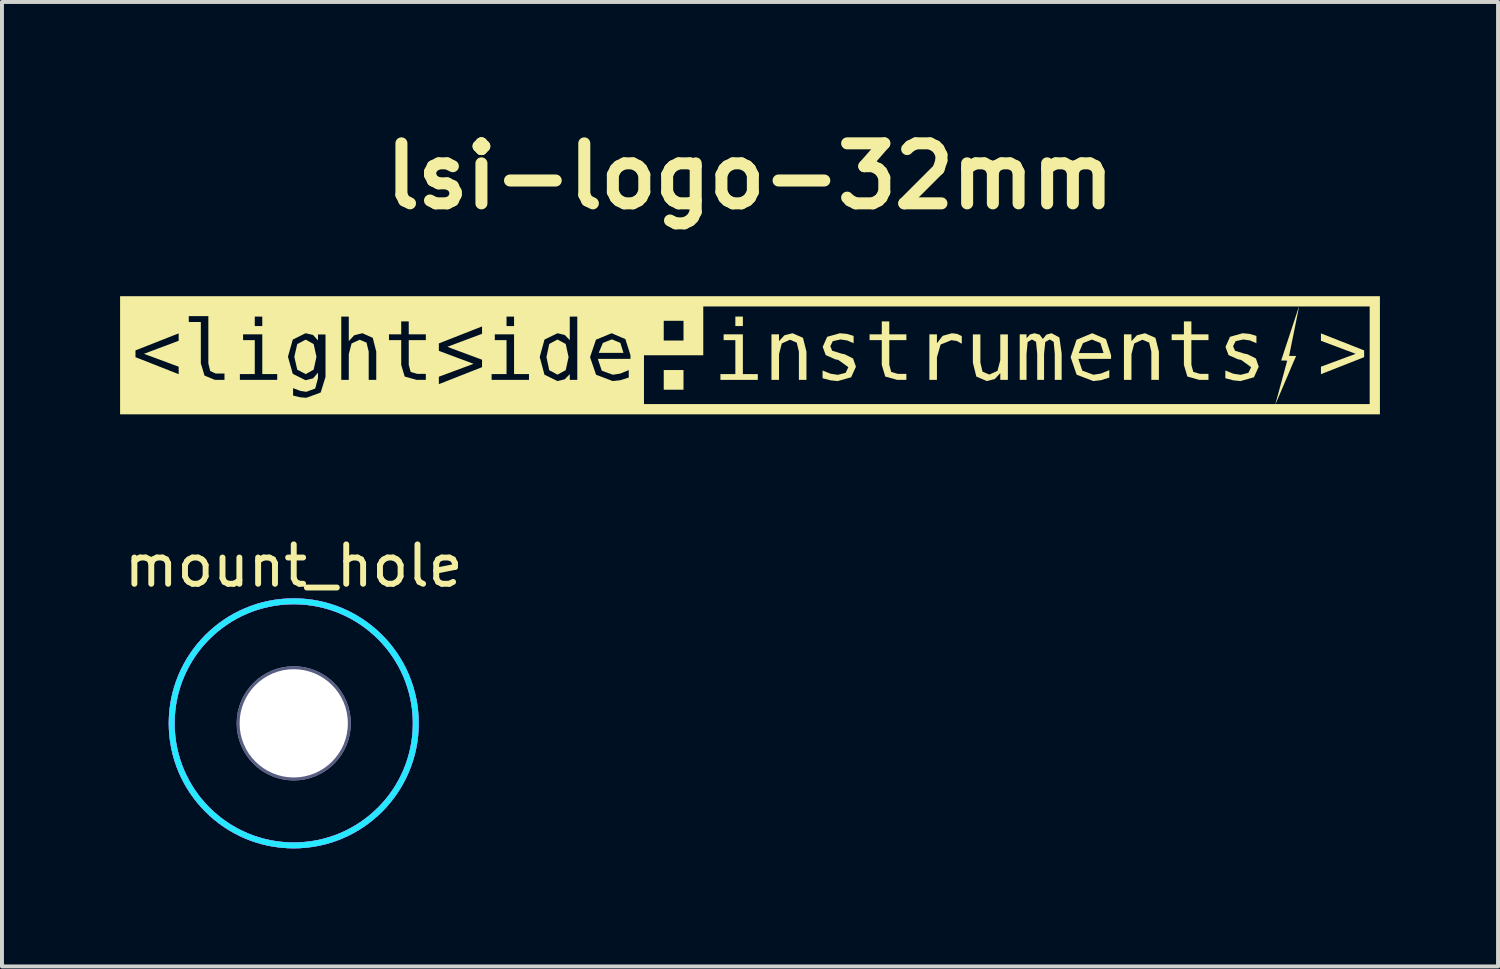
<source format=kicad_pcb>
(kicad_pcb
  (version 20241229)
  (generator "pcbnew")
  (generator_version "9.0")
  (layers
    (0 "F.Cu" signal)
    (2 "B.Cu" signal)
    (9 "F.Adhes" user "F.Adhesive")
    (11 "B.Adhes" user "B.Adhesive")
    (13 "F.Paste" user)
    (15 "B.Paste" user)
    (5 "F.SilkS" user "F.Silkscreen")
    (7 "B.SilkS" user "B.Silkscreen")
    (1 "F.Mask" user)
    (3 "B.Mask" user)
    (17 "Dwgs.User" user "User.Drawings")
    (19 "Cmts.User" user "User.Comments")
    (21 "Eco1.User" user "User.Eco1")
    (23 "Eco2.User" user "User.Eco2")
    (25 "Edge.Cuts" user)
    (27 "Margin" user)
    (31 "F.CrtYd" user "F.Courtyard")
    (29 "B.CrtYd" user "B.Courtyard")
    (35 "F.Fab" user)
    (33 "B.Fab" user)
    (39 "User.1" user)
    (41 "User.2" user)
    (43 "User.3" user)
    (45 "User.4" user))
  (footprint "lsi-logo-32mm"
    (layer "F.Cu")
    (at 16 7.07)
    (property "Reference" "lsi-logo-32mm" (at 0 -5.644 0) (layer "F.SilkS") (effects (font (size 1.524 1.524) (thickness 0.305))))
    (attr smd)
    (fp_poly (pts (xy -2.191 -0.721) (xy -2.191 -0.221) (xy -1.689 -0.221) (xy -1.689 -0.721) (xy -2.191 -0.721)) (stroke (width 0) (type solid)) (fill yes) (layer "F.SilkS"))
    (fp_poly (pts (xy -0.372 -2.079) (xy -0.372 -1.838) (xy -0.181 -1.838) (xy -0.181 -2.079) (xy -0.372 -2.079)) (stroke (width 0) (type solid)) (fill yes) (layer "F.SilkS"))
    (fp_poly (pts (xy -3.51 -1.5) (xy -3.737 -1.409) (xy -3.843 -1.157) (xy -3.214 -1.158) (xy -3.294 -1.412) (xy -3.51 -1.5) (xy -3.51 -1.5)) (stroke (width 0) (type solid)) (fill yes) (layer "F.SilkS"))
    (fp_poly (pts (xy 14.502 -1.652) (xy 14.502 -1.464) (xy 15.384 -1.133) (xy 14.502 -0.806) (xy 14.502 -0.616) (xy 15.599 -1.048) (xy 15.599 -1.22) (xy 14.502 -1.652)) (stroke (width 0) (type solid)) (fill yes) (layer "F.SilkS"))
    (fp_poly (pts (xy -11.286 -1.493) (xy -11.5 -1.381) (xy -11.574 -1.057) (xy -11.5 -0.73) (xy -11.284 -0.618) (xy -11.083 -0.731) (xy -11.012 -1.057) (xy -11.083 -1.381) (xy -11.286 -1.493)) (stroke (width 0) (type solid)) (fill yes) (layer "F.SilkS"))
    (fp_poly (pts (xy -4.891 -1.496) (xy -5.099 -1.384) (xy -5.17 -1.05) (xy -5.099 -0.716) (xy -4.891 -0.604) (xy -4.681 -0.717) (xy -4.608 -1.05) (xy -4.681 -1.383) (xy -4.891 -1.496)) (stroke (width 0) (type solid)) (fill yes) (layer "F.SilkS"))
    (fp_poly (pts (xy -0.67 -1.628) (xy -0.67 -1.48) (xy -0.372 -1.48) (xy -0.372 -0.618) (xy -0.751 -0.618) (xy -0.751 -0.471) (xy 0.198 -0.471) (xy 0.198 -0.618) (xy -0.181 -0.618) (xy -0.181 -1.628) (xy -0.67 -1.628)) (stroke (width 0) (type solid)) (fill yes) (layer "F.SilkS"))
    (fp_poly (pts (xy 5.13 -1.656) (xy 4.894 -1.59) (xy 4.748 -1.402) (xy 4.748 -1.628) (xy 4.556 -1.628) (xy 4.556 -0.471) (xy 4.748 -0.471) (xy 4.748 -1.046) (xy 4.842 -1.369) (xy 5.115 -1.48) (xy 5.254 -1.459) (xy 5.379 -1.389) (xy 5.379 -1.584) (xy 5.261 -1.639) (xy 5.13 -1.656)) (stroke (width 0) (type solid)) (fill yes) (layer "F.SilkS"))
    (fp_poly (pts (xy 1.081 -1.656) (xy 0.875 -1.604) (xy 0.737 -1.455) (xy 0.737 -1.628) (xy 0.545 -1.628) (xy 0.545 -0.471) (xy 0.737 -0.471) (xy 0.737 -1.125) (xy 0.808 -1.396) (xy 1.015 -1.491) (xy 1.187 -1.417) (xy 1.242 -1.188) (xy 1.242 -0.471) (xy 1.434 -0.471) (xy 1.434 -1.188) (xy 1.346 -1.539) (xy 1.081 -1.656)) (stroke (width 0) (type solid)) (fill yes) (layer "F.SilkS"))
    (fp_poly (pts (xy 5.661 -1.626) (xy 5.661 -0.909) (xy 5.748 -0.556) (xy 6.014 -0.441) (xy 6.218 -0.492) (xy 6.357 -0.644) (xy 6.357 -0.471) (xy 6.55 -0.471) (xy 6.55 -1.626) (xy 6.357 -1.626) (xy 6.357 -0.972) (xy 6.286 -0.7) (xy 6.079 -0.606) (xy 5.907 -0.679) (xy 5.852 -0.909) (xy 5.852 -1.626) (xy 5.661 -1.626)) (stroke (width 0) (type solid)) (fill yes) (layer "F.SilkS"))
    (fp_poly (pts (xy 10.033 -1.656) (xy 9.827 -1.604) (xy 9.689 -1.455) (xy 9.689 -1.628) (xy 9.498 -1.628) (xy 9.498 -0.471) (xy 9.689 -0.471) (xy 9.689 -1.125) (xy 9.76 -1.396) (xy 9.967 -1.491) (xy 10.139 -1.417) (xy 10.194 -1.188) (xy 10.194 -0.471) (xy 10.386 -0.471) (xy 10.386 -1.188) (xy 10.298 -1.539) (xy 10.033 -1.656)) (stroke (width 0) (type solid)) (fill yes) (layer "F.SilkS"))
    (fp_poly (pts (xy 3.347 -1.957) (xy 3.347 -1.628) (xy 3.037 -1.628) (xy 3.037 -1.48) (xy 3.347 -1.48) (xy 3.347 -0.852) (xy 3.435 -0.556) (xy 3.739 -0.471) (xy 3.972 -0.471) (xy 3.972 -0.623) (xy 3.757 -0.623) (xy 3.587 -0.673) (xy 3.538 -0.852) (xy 3.538 -1.48) (xy 3.972 -1.48) (xy 3.972 -1.628) (xy 3.538 -1.628) (xy 3.538 -1.957) (xy 3.347 -1.957)) (stroke (width 0) (type solid)) (fill yes) (layer "F.SilkS"))
    (fp_poly (pts (xy 11.021 -1.957) (xy 11.021 -1.628) (xy 10.71 -1.628) (xy 10.71 -1.48) (xy 11.021 -1.48) (xy 11.021 -0.852) (xy 11.109 -0.556) (xy 11.412 -0.471) (xy 11.645 -0.471) (xy 11.645 -0.623) (xy 11.431 -0.623) (xy 11.26 -0.673) (xy 11.211 -0.852) (xy 11.211 -1.48) (xy 11.645 -1.48) (xy 11.645 -1.628) (xy 11.211 -1.628) (xy 11.211 -1.957) (xy 11.021 -1.957)) (stroke (width 0) (type solid)) (fill yes) (layer "F.SilkS"))
    (fp_poly (pts (xy 8.692 -1.656) (xy 8.684 -1.495) (xy 8.9 -1.407) (xy 8.98 -1.153) (xy 8.351 -1.152) (xy 8.457 -1.404) (xy 8.684 -1.495) (xy 8.684 -1.495) (xy 8.692 -1.656) (xy 8.294 -1.491) (xy 8.144 -1.048) (xy 8.297 -0.602) (xy 8.72 -0.441) (xy 8.915 -0.463) (xy 9.126 -0.53) (xy 9.126 -0.719) (xy 8.913 -0.631) (xy 8.722 -0.602) (xy 8.442 -0.705) (xy 8.343 -0.998) (xy 8.343 -1.004) (xy 9.171 -1.004) (xy 9.171 -1.097) (xy 9.042 -1.506) (xy 8.692 -1.656)) (stroke (width 0) (type solid)) (fill yes) (layer "F.SilkS"))
    (fp_poly (pts (xy 7.226 -1.656) (xy 7.109 -1.623) (xy 7.024 -1.529) (xy 7.024 -1.628) (xy 6.851 -1.628) (xy 6.851 -0.471) (xy 7.024 -0.471) (xy 7.024 -1.133) (xy 7.053 -1.433) (xy 7.159 -1.497) (xy 7.265 -1.439) (xy 7.295 -1.133) (xy 7.295 -0.471) (xy 7.469 -0.471) (xy 7.469 -1.133) (xy 7.5 -1.433) (xy 7.613 -1.497) (xy 7.713 -1.437) (xy 7.741 -1.133) (xy 7.741 -0.471) (xy 7.916 -0.471) (xy 7.916 -1.141) (xy 7.858 -1.548) (xy 7.66 -1.656) (xy 7.528 -1.62) (xy 7.439 -1.51) (xy 7.357 -1.62) (xy 7.226 -1.656)) (stroke (width 0) (type solid)) (fill yes) (layer "F.SilkS"))
    (fp_poly (pts (xy 2.283 -1.656) (xy 1.96 -1.565) (xy 1.847 -1.309) (xy 1.923 -1.101) (xy 2.164 -0.994) (xy 2.236 -0.979) (xy 2.244 -0.977) (xy 2.498 -0.794) (xy 2.429 -0.65) (xy 2.232 -0.6) (xy 2.048 -0.627) (xy 1.843 -0.709) (xy 1.843 -0.513) (xy 2.048 -0.459) (xy 2.228 -0.441) (xy 2.569 -0.537) (xy 2.691 -0.806) (xy 2.617 -1.015) (xy 2.403 -1.123) (xy 2.326 -1.137) (xy 2.088 -1.212) (xy 2.04 -1.327) (xy 2.104 -1.455) (xy 2.298 -1.497) (xy 2.467 -1.473) (xy 2.632 -1.402) (xy 2.632 -1.588) (xy 2.463 -1.639) (xy 2.283 -1.656)) (stroke (width 0) (type solid)) (fill yes) (layer "F.SilkS"))
    (fp_poly (pts (xy 12.514 -1.656) (xy 12.192 -1.565) (xy 12.078 -1.309) (xy 12.154 -1.101) (xy 12.395 -0.994) (xy 12.466 -0.979) (xy 12.475 -0.977) (xy 12.729 -0.794) (xy 12.659 -0.65) (xy 12.463 -0.6) (xy 12.279 -0.627) (xy 12.074 -0.709) (xy 12.074 -0.513) (xy 12.279 -0.459) (xy 12.459 -0.441) (xy 12.8 -0.537) (xy 12.922 -0.806) (xy 12.849 -1.015) (xy 12.634 -1.123) (xy 12.557 -1.137) (xy 12.319 -1.212) (xy 12.271 -1.327) (xy 12.335 -1.455) (xy 12.529 -1.497) (xy 12.698 -1.473) (xy 12.863 -1.402) (xy 12.863 -1.588) (xy 12.694 -1.639) (xy 12.514 -1.656)) (stroke (width 0) (type solid)) (fill yes) (layer "F.SilkS"))
    (fp_poly (pts (xy 13.927 -2.285) (xy 13.858 -2.075) (xy 13.646 -1.431) (xy 13.591 -1.266) (xy 13.494 -0.97) (xy 13.492 -0.964) (xy 13.569 -0.962) (xy 13.645 -0.959) (xy 13.413 -0.105) (xy 13.37 0.052) (xy 13.343 0.152) (xy 13.344 0.154) (xy 13.372 0.091) (xy 13.432 -0.05) (xy 13.497 -0.203) (xy 13.561 -0.354) (xy 13.652 -0.566) (xy 13.742 -0.778) (xy 13.807 -0.93) (xy 13.855 -1.042) (xy 13.871 -1.079) (xy 13.782 -1.079) (xy 13.694 -1.08) (xy 13.699 -1.107) (xy 13.724 -1.231) (xy 13.762 -1.42) (xy 13.799 -1.599) (xy 13.853 -1.867) (xy 13.907 -2.136) (xy 13.937 -2.285) (xy 13.949 -2.346) (xy 13.927 -2.284) (xy 13.927 -2.285)) (stroke (width 0.000106) (type solid)) (fill yes) (layer "F.SilkS"))
    (fp_poly (pts (xy -16 -2.596) (xy -1.187 -2.336) (xy 15.74 -2.336) (xy 15.74 0.144) (xy -2.693 0.144) (xy -2.693 -1.096) (xy -1.187 -1.096) (xy -1.187 -2.336) (xy -16 -2.596) (xy -14.255 -2.09) (xy -13.758 -2.09) (xy -13.758 -0.89) (xy -13.711 -0.697) (xy -13.571 -0.632) (xy -13.348 -0.632) (xy -13.348 -0.471) (xy -13.59 -0.471) (xy -13.855 -0.58) (xy -13.949 -0.89) (xy -13.949 -1.941) (xy -14.255 -1.941) (xy -14.255 -2.09) (xy -16 -2.596) (xy -12.579 -2.079) (xy -12.388 -2.079) (xy -12.388 -1.838) (xy -12.579 -1.838) (xy -12.579 -2.079) (xy -16 -2.596) (xy -10.382 -2.079) (xy -10.191 -2.079) (xy -10.191 -1.455) (xy -10.053 -1.604) (xy -9.846 -1.656) (xy -9.582 -1.539) (xy -9.493 -1.188) (xy -9.493 -0.471) (xy -9.685 -0.471) (xy -9.685 -1.188) (xy -9.74 -1.417) (xy -9.913 -1.491) (xy -10.12 -1.396) (xy -10.191 -1.125) (xy -10.191 -0.471) (xy -10.382 -0.471) (xy -10.382 -2.079) (xy -16 -2.596) (xy -6.184 -2.079) (xy -5.993 -2.079) (xy -5.993 -1.838) (xy -6.184 -1.838) (xy -6.184 -2.079) (xy -16 -2.596) (xy -4.578 -2.079) (xy -4.387 -2.079) (xy -4.387 -0.471) (xy -4.578 -0.471) (xy -4.578 -0.616) (xy -4.706 -0.485) (xy -4.889 -0.441) (xy -5.221 -0.603) (xy -5.341 -1.053) (xy -5.22 -1.495) (xy -4.889 -1.656) (xy -4.704 -1.611) (xy -4.578 -1.48) (xy -4.578 -2.079) (xy -16 -2.596) (xy -1.689 -1.971) (xy -1.689 -1.471) (xy -2.191 -1.471) (xy -2.191 -1.971) (xy -1.689 -1.971) (xy -16 -2.596) (xy -8.668 -1.957) (xy -8.668 -1.628) (xy -8.234 -1.628) (xy -8.234 -1.48) (xy -8.668 -1.48) (xy -8.668 -0.852) (xy -8.619 -0.673) (xy -8.449 -0.623) (xy -8.234 -0.623) (xy -8.234 -0.471) (xy -8.468 -0.471) (xy -8.771 -0.556) (xy -8.859 -0.852) (xy -8.859 -1.48) (xy -9.17 -1.48) (xy -9.17 -1.628) (xy -8.859 -1.628) (xy -8.859 -1.957) (xy -8.668 -1.957) (xy -16 -2.596) (xy -6.806 -1.829) (xy -6.806 -1.641) (xy -7.685 -1.312) (xy -7.59 -1.274) (xy -6.806 -0.983) (xy -6.806 -0.965) (xy -6.806 -0.794) (xy -7.903 -0.362) (xy -7.903 -0.551) (xy -7.021 -0.879) (xy -7.027 -0.881) (xy -7.903 -1.209) (xy -7.903 -1.226) (xy -7.903 -1.397) (xy -6.806 -1.829) (xy -16 -2.596) (xy -14.512 -1.652) (xy -14.512 -1.464) (xy -15.394 -1.133) (xy -14.512 -0.806) (xy -14.512 -0.616) (xy -15.609 -1.048) (xy -15.609 -1.22) (xy -14.512 -1.652) (xy -16 -2.596) (xy -16 0.404) (xy -11.269 -0.016) (xy -11.434 -0.03) (xy -11.606 -0.073) (xy -11.606 -0.261) (xy -11.421 -0.191) (xy -11.269 -0.168) (xy -11.043 -0.252) (xy -10.973 -0.517) (xy -10.973 -0.525) (xy -10.973 -0.655) (xy -11.097 -0.51) (xy -11.289 -0.462) (xy -11.614 -0.625) (xy -11.736 -1.059) (xy -11.614 -1.494) (xy -11.289 -1.656) (xy -11.099 -1.612) (xy -10.973 -1.474) (xy -10.973 -1.624) (xy -10.782 -1.624) (xy -10.782 -0.545) (xy -10.905 -0.15) (xy -11.269 -0.016) (xy -16 0.404) (xy -3.486 -0.441) (xy -3.91 -0.602) (xy -4.063 -1.048) (xy -3.913 -1.491) (xy -3.514 -1.656) (xy -3.165 -1.506) (xy -3.036 -1.097) (xy -3.036 -1.004) (xy -3.863 -1.004) (xy -3.863 -0.998) (xy -3.765 -0.705) (xy -3.484 -0.602) (xy -3.293 -0.631) (xy -3.08 -0.719) (xy -3.08 -0.53) (xy -3.291 -0.463) (xy -3.486 -0.441) (xy -16 0.404) (xy -12.009 -0.471) (xy -12.957 -0.471) (xy -12.957 -0.618) (xy -12.579 -0.618) (xy -12.579 -1.48) (xy -12.876 -1.48) (xy -12.876 -1.628) (xy -12.388 -1.628) (xy -12.388 -0.618) (xy -12.009 -0.618) (xy -12.009 -0.471) (xy -16 0.404) (xy -5.614 -0.471) (xy -6.563 -0.471) (xy -6.563 -0.618) (xy -6.184 -0.618) (xy -6.184 -1.48) (xy -6.482 -1.48) (xy -6.482 -1.628) (xy -5.993 -1.628) (xy -5.993 -0.618) (xy -5.614 -0.618) (xy -5.614 -0.471) (xy -16 0.404) (xy 16 0.404) (xy 16 -2.596) (xy -16 -2.596)) (stroke (width 0) (type solid)) (fill yes) (layer "F.SilkS")))
  (footprint "mount_hole"
    (layer "F.Cu")
    (at 4.411 15.323)
    (property "Reference" "mount_hole" (at 0 -4 0) (layer "F.SilkS") (effects (font (size 1 1) (thickness 0.15))))
    (attr through_hole)
    (fp_circle (center 0 0) (end 3.1 0) (stroke (width 0.15) (type solid)) (fill no) (layer "B.CrtYd"))
    (fp_circle (center 0 0) (end 3.1 0) (stroke (width 0.15) (type solid)) (fill no) (layer "F.CrtYd"))
    (fp_circle (center 0 0) (end 1.375 0) (stroke (width 0.15) (type solid)) (fill no) (layer "B.Fab"))
    (fp_circle (center 0 0) (end 3.1 0) (stroke (width 0.15) (type solid)) (fill no) (layer "B.Fab"))
    (fp_circle (center 0 0) (end 1.375 0) (stroke (width 0.15) (type solid)) (fill no) (layer "F.Fab"))
    (fp_circle (center 0 0) (end 3.1 0) (stroke (width 0.15) (type solid)) (fill no) (layer "F.Fab"))
    (pad "" np_thru_hole circle (at 0 0) (size 2.75 2.75) (drill 2.75) (layers "*.Cu" "*.Mask")))
  (gr_rect
    (start -3 -3)
    (end 35 21.498)
    (stroke (width 0.1) (type default))
    (fill no)
    (layer "Edge.Cuts")))
</source>
